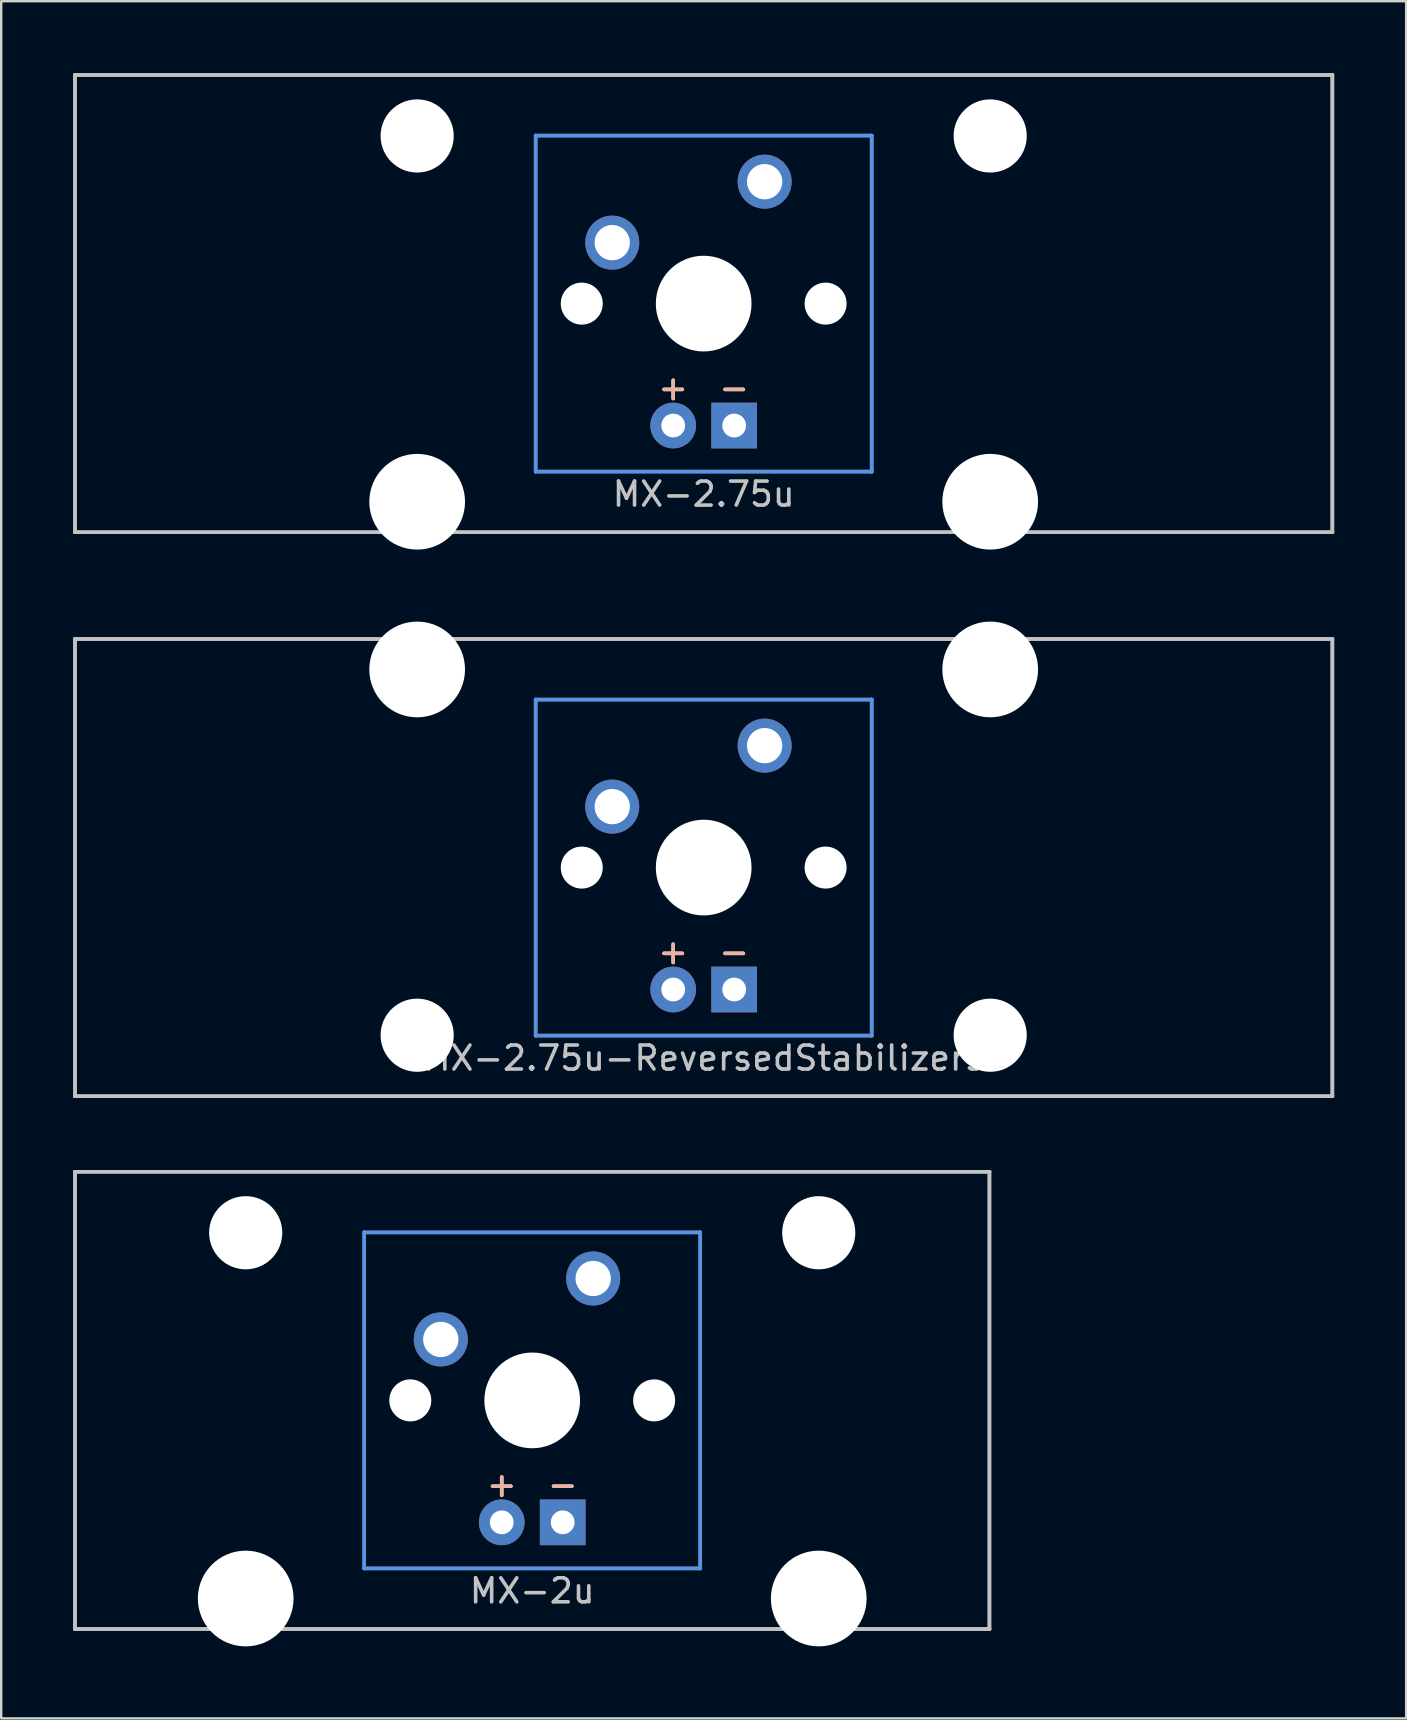
<source format=kicad_pcb>
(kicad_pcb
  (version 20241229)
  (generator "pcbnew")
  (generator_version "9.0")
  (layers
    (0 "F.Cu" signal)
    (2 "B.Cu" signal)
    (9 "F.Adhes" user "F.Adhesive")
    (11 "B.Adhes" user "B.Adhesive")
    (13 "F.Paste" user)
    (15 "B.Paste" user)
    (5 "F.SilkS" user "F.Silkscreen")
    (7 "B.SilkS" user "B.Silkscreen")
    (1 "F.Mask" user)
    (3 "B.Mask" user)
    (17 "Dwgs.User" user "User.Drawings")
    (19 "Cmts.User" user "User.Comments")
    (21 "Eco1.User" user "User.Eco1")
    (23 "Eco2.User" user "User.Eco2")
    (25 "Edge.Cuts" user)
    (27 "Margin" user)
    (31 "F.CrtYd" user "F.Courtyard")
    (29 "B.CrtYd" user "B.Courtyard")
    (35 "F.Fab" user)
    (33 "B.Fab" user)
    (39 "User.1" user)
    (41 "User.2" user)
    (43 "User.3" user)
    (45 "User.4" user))
  (footprint "MX-2.75u"
    (layer "F.Cu")
    (at 26.269 9.6)
    (property "Reference" "MX-2.75u" (at 0 7.938 0) (layer "Dwgs.User") (effects (font (size 1 1) (thickness 0.15))))
    (attr through_hole)
    (fp_line (start -26.194 -9.525) (end -26.194 -9.525) (stroke (width 0.15) (type solid)) (layer "Dwgs.User"))
    (fp_line (start -26.194 -9.525) (end -26.194 -9.525) (stroke (width 0.15) (type solid)) (layer "Dwgs.User"))
    (fp_line (start -26.194 -9.525) (end -26.194 9.525) (stroke (width 0.15) (type solid)) (layer "Dwgs.User"))
    (fp_line (start -26.194 -9.525) (end 26.194 -9.525) (stroke (width 0.15) (type solid)) (layer "Dwgs.User"))
    (fp_line (start -26.194 9.525) (end -26.194 -9.525) (stroke (width 0.15) (type solid)) (layer "Dwgs.User"))
    (fp_line (start -26.194 9.525) (end -26.194 9.525) (stroke (width 0.15) (type solid)) (layer "Dwgs.User"))
    (fp_line (start -26.194 9.525) (end -26.194 9.525) (stroke (width 0.15) (type solid)) (layer "Dwgs.User"))
    (fp_line (start -26.194 9.525) (end 26.194 9.525) (stroke (width 0.15) (type solid)) (layer "Dwgs.User"))
    (fp_line (start 26.194 -9.525) (end -26.194 -9.525) (stroke (width 0.15) (type solid)) (layer "Dwgs.User"))
    (fp_line (start 26.194 -9.525) (end 26.194 -9.525) (stroke (width 0.15) (type solid)) (layer "Dwgs.User"))
    (fp_line (start 26.194 -9.525) (end 26.194 -9.525) (stroke (width 0.15) (type solid)) (layer "Dwgs.User"))
    (fp_line (start 26.194 -9.525) (end 26.194 9.525) (stroke (width 0.15) (type solid)) (layer "Dwgs.User"))
    (fp_line (start 26.194 9.525) (end -26.194 9.525) (stroke (width 0.15) (type solid)) (layer "Dwgs.User"))
    (fp_line (start 26.194 9.525) (end 26.194 -9.525) (stroke (width 0.15) (type solid)) (layer "Dwgs.User"))
    (fp_line (start 26.194 9.525) (end 26.194 9.525) (stroke (width 0.15) (type solid)) (layer "Dwgs.User"))
    (fp_line (start 26.194 9.525) (end 26.194 9.525) (stroke (width 0.15) (type solid)) (layer "Dwgs.User"))
    (fp_line (start -7 -7) (end -7 -7) (stroke (width 0.15) (type solid)) (layer "Cmts.User"))
    (fp_line (start -7 -7) (end -7 -7) (stroke (width 0.15) (type solid)) (layer "Cmts.User"))
    (fp_line (start -7 -7) (end -7 7) (stroke (width 0.15) (type solid)) (layer "Cmts.User"))
    (fp_line (start -7 -7) (end 7 -7) (stroke (width 0.15) (type solid)) (layer "Cmts.User"))
    (fp_line (start -7 7) (end -7 -7) (stroke (width 0.15) (type solid)) (layer "Cmts.User"))
    (fp_line (start -7 7) (end -7 7) (stroke (width 0.15) (type solid)) (layer "Cmts.User"))
    (fp_line (start -7 7) (end -7 7) (stroke (width 0.15) (type solid)) (layer "Cmts.User"))
    (fp_line (start -7 7) (end 7 7) (stroke (width 0.15) (type solid)) (layer "Cmts.User"))
    (fp_line (start 7 -7) (end -7 -7) (stroke (width 0.15) (type solid)) (layer "Cmts.User"))
    (fp_line (start 7 -7) (end 7 -7) (stroke (width 0.15) (type solid)) (layer "Cmts.User"))
    (fp_line (start 7 -7) (end 7 -7) (stroke (width 0.15) (type solid)) (layer "Cmts.User"))
    (fp_line (start 7 -7) (end 7 7) (stroke (width 0.15) (type solid)) (layer "Cmts.User"))
    (fp_line (start 7 7) (end -7 7) (stroke (width 0.15) (type solid)) (layer "Cmts.User"))
    (fp_line (start 7 7) (end 7 -7) (stroke (width 0.15) (type solid)) (layer "Cmts.User"))
    (fp_line (start 7 7) (end 7 7) (stroke (width 0.15) (type solid)) (layer "Cmts.User"))
    (fp_line (start 7 7) (end 7 7) (stroke (width 0.15) (type solid)) (layer "Cmts.User"))
    (fp_text user "+" (at -1.27 3.5 0) (layer "F.SilkS") (effects (font (size 1 1) (thickness 0.15))))
    (fp_text user "-" (at 1.27 3.5 0) (layer "F.SilkS") (effects (font (size 1 1) (thickness 0.15))))
    (fp_text user "+" (at -1.27 3.5 0) (layer "B.SilkS") (effects (font (size 1 1) (thickness 0.15))))
    (fp_text user "-" (at 1.27 3.5 0) (layer "B.SilkS") (effects (font (size 1 1) (thickness 0.15))))
    (pad "" np_thru_hole circle (at -11.938 -6.985) (size 3.048 3.048) (drill 3.048) (layers "*.Cu" "*.Mask"))
    (pad "" np_thru_hole circle (at -11.938 8.255) (size 3.988 3.988) (drill 3.988) (layers "*.Cu" "*.Mask"))
    (pad "" np_thru_hole circle (at -5.08 0) (size 1.75 1.75) (drill 1.75) (layers "*.Cu" "*.Mask"))
    (pad "" np_thru_hole circle (at 0 0) (size 3.988 3.988) (drill 3.988) (layers "*.Cu" "*.Mask"))
    (pad "" np_thru_hole circle (at 5.08 0) (size 1.75 1.75) (drill 1.75) (layers "*.Cu" "*.Mask"))
    (pad "" np_thru_hole circle (at 11.938 -6.985) (size 3.048 3.048) (drill 3.048) (layers "*.Cu" "*.Mask"))
    (pad "" np_thru_hole circle (at 11.938 8.255) (size 3.988 3.988) (drill 3.988) (layers "*.Cu" "*.Mask"))
    (pad "1" thru_hole circle (at -3.81 -2.54) (size 2.25 2.25) (drill 1.47) (layers "*.Cu" "*.Mask"))
    (pad "2" thru_hole circle (at 2.54 -5.08) (size 2.25 2.25) (drill 1.47) (layers "*.Cu" "*.Mask"))
    (pad "3" thru_hole circle (at -1.27 5.08) (size 1.905 1.905) (drill 0.991) (layers "*.Cu" "*.Mask"))
    (pad "4" thru_hole rect (at 1.27 5.08) (size 1.905 1.905) (drill 0.991) (layers "*.Cu" "*.Mask")))
  (footprint "MX-2.75u-ReversedStabilizers"
    (layer "F.Cu")
    (at 26.269 33.098)
    (property "Reference" "MX-2.75u-ReversedStabilizers" (at 0 7.938 0) (layer "Dwgs.User") (effects (font (size 1 1) (thickness 0.15))))
    (attr through_hole)
    (fp_line (start -26.194 -9.525) (end -26.194 -9.525) (stroke (width 0.15) (type solid)) (layer "Dwgs.User"))
    (fp_line (start -26.194 -9.525) (end -26.194 -9.525) (stroke (width 0.15) (type solid)) (layer "Dwgs.User"))
    (fp_line (start -26.194 -9.525) (end -26.194 9.525) (stroke (width 0.15) (type solid)) (layer "Dwgs.User"))
    (fp_line (start -26.194 -9.525) (end 26.194 -9.525) (stroke (width 0.15) (type solid)) (layer "Dwgs.User"))
    (fp_line (start -26.194 9.525) (end -26.194 -9.525) (stroke (width 0.15) (type solid)) (layer "Dwgs.User"))
    (fp_line (start -26.194 9.525) (end -26.194 9.525) (stroke (width 0.15) (type solid)) (layer "Dwgs.User"))
    (fp_line (start -26.194 9.525) (end -26.194 9.525) (stroke (width 0.15) (type solid)) (layer "Dwgs.User"))
    (fp_line (start -26.194 9.525) (end 26.194 9.525) (stroke (width 0.15) (type solid)) (layer "Dwgs.User"))
    (fp_line (start 26.194 -9.525) (end -26.194 -9.525) (stroke (width 0.15) (type solid)) (layer "Dwgs.User"))
    (fp_line (start 26.194 -9.525) (end 26.194 -9.525) (stroke (width 0.15) (type solid)) (layer "Dwgs.User"))
    (fp_line (start 26.194 -9.525) (end 26.194 -9.525) (stroke (width 0.15) (type solid)) (layer "Dwgs.User"))
    (fp_line (start 26.194 -9.525) (end 26.194 9.525) (stroke (width 0.15) (type solid)) (layer "Dwgs.User"))
    (fp_line (start 26.194 9.525) (end -26.194 9.525) (stroke (width 0.15) (type solid)) (layer "Dwgs.User"))
    (fp_line (start 26.194 9.525) (end 26.194 -9.525) (stroke (width 0.15) (type solid)) (layer "Dwgs.User"))
    (fp_line (start 26.194 9.525) (end 26.194 9.525) (stroke (width 0.15) (type solid)) (layer "Dwgs.User"))
    (fp_line (start 26.194 9.525) (end 26.194 9.525) (stroke (width 0.15) (type solid)) (layer "Dwgs.User"))
    (fp_line (start -7 -7) (end -7 -7) (stroke (width 0.15) (type solid)) (layer "Cmts.User"))
    (fp_line (start -7 -7) (end -7 -7) (stroke (width 0.15) (type solid)) (layer "Cmts.User"))
    (fp_line (start -7 -7) (end -7 7) (stroke (width 0.15) (type solid)) (layer "Cmts.User"))
    (fp_line (start -7 -7) (end 7 -7) (stroke (width 0.15) (type solid)) (layer "Cmts.User"))
    (fp_line (start -7 7) (end -7 -7) (stroke (width 0.15) (type solid)) (layer "Cmts.User"))
    (fp_line (start -7 7) (end -7 7) (stroke (width 0.15) (type solid)) (layer "Cmts.User"))
    (fp_line (start -7 7) (end -7 7) (stroke (width 0.15) (type solid)) (layer "Cmts.User"))
    (fp_line (start -7 7) (end 7 7) (stroke (width 0.15) (type solid)) (layer "Cmts.User"))
    (fp_line (start 7 -7) (end -7 -7) (stroke (width 0.15) (type solid)) (layer "Cmts.User"))
    (fp_line (start 7 -7) (end 7 -7) (stroke (width 0.15) (type solid)) (layer "Cmts.User"))
    (fp_line (start 7 -7) (end 7 -7) (stroke (width 0.15) (type solid)) (layer "Cmts.User"))
    (fp_line (start 7 -7) (end 7 7) (stroke (width 0.15) (type solid)) (layer "Cmts.User"))
    (fp_line (start 7 7) (end -7 7) (stroke (width 0.15) (type solid)) (layer "Cmts.User"))
    (fp_line (start 7 7) (end 7 -7) (stroke (width 0.15) (type solid)) (layer "Cmts.User"))
    (fp_line (start 7 7) (end 7 7) (stroke (width 0.15) (type solid)) (layer "Cmts.User"))
    (fp_line (start 7 7) (end 7 7) (stroke (width 0.15) (type solid)) (layer "Cmts.User"))
    (fp_text user "+" (at -1.27 3.5 0) (layer "F.SilkS") (effects (font (size 1 1) (thickness 0.15))))
    (fp_text user "-" (at 1.27 3.5 0) (layer "F.SilkS") (effects (font (size 1 1) (thickness 0.15))))
    (fp_text user "+" (at -1.27 3.5 0) (layer "B.SilkS") (effects (font (size 1 1) (thickness 0.15))))
    (fp_text user "-" (at 1.27 3.5 0) (layer "B.SilkS") (effects (font (size 1 1) (thickness 0.15))))
    (pad "" np_thru_hole circle (at -11.938 -8.255) (size 3.988 3.988) (drill 3.988) (layers "*.Cu" "*.Mask"))
    (pad "" np_thru_hole circle (at -11.938 6.985) (size 3.048 3.048) (drill 3.048) (layers "*.Cu" "*.Mask"))
    (pad "" np_thru_hole circle (at -5.08 0) (size 1.75 1.75) (drill 1.75) (layers "*.Cu" "*.Mask"))
    (pad "" np_thru_hole circle (at 0 0) (size 3.988 3.988) (drill 3.988) (layers "*.Cu" "*.Mask"))
    (pad "" np_thru_hole circle (at 5.08 0) (size 1.75 1.75) (drill 1.75) (layers "*.Cu" "*.Mask"))
    (pad "" np_thru_hole circle (at 11.938 -8.255) (size 3.988 3.988) (drill 3.988) (layers "*.Cu" "*.Mask"))
    (pad "" np_thru_hole circle (at 11.938 6.985) (size 3.048 3.048) (drill 3.048) (layers "*.Cu" "*.Mask"))
    (pad "1" thru_hole circle (at -3.81 -2.54) (size 2.25 2.25) (drill 1.47) (layers "*.Cu" "*.Mask"))
    (pad "2" thru_hole circle (at 2.54 -5.08) (size 2.25 2.25) (drill 1.47) (layers "*.Cu" "*.Mask"))
    (pad "3" thru_hole circle (at -1.27 5.08) (size 1.905 1.905) (drill 0.991) (layers "*.Cu" "*.Mask"))
    (pad "4" thru_hole rect (at 1.27 5.08) (size 1.905 1.905) (drill 0.991) (layers "*.Cu" "*.Mask")))
  (footprint "MX-2u"
    (layer "F.Cu")
    (at 19.125 55.298)
    (property "Reference" "MX-2u" (at 0 7.938 0) (layer "Dwgs.User") (effects (font (size 1 1) (thickness 0.15))))
    (attr through_hole)
    (fp_line (start -19.05 -9.525) (end -19.05 -9.525) (stroke (width 0.15) (type solid)) (layer "Dwgs.User"))
    (fp_line (start -19.05 -9.525) (end -19.05 -9.525) (stroke (width 0.15) (type solid)) (layer "Dwgs.User"))
    (fp_line (start -19.05 -9.525) (end -19.05 9.525) (stroke (width 0.15) (type solid)) (layer "Dwgs.User"))
    (fp_line (start -19.05 -9.525) (end 19.05 -9.525) (stroke (width 0.15) (type solid)) (layer "Dwgs.User"))
    (fp_line (start -19.05 9.525) (end -19.05 -9.525) (stroke (width 0.15) (type solid)) (layer "Dwgs.User"))
    (fp_line (start -19.05 9.525) (end -19.05 9.525) (stroke (width 0.15) (type solid)) (layer "Dwgs.User"))
    (fp_line (start -19.05 9.525) (end -19.05 9.525) (stroke (width 0.15) (type solid)) (layer "Dwgs.User"))
    (fp_line (start -19.05 9.525) (end 19.05 9.525) (stroke (width 0.15) (type solid)) (layer "Dwgs.User"))
    (fp_line (start 19.05 -9.525) (end -19.05 -9.525) (stroke (width 0.15) (type solid)) (layer "Dwgs.User"))
    (fp_line (start 19.05 -9.525) (end 19.05 -9.525) (stroke (width 0.15) (type solid)) (layer "Dwgs.User"))
    (fp_line (start 19.05 -9.525) (end 19.05 -9.525) (stroke (width 0.15) (type solid)) (layer "Dwgs.User"))
    (fp_line (start 19.05 -9.525) (end 19.05 9.525) (stroke (width 0.15) (type solid)) (layer "Dwgs.User"))
    (fp_line (start 19.05 9.525) (end -19.05 9.525) (stroke (width 0.15) (type solid)) (layer "Dwgs.User"))
    (fp_line (start 19.05 9.525) (end 19.05 -9.525) (stroke (width 0.15) (type solid)) (layer "Dwgs.User"))
    (fp_line (start 19.05 9.525) (end 19.05 9.525) (stroke (width 0.15) (type solid)) (layer "Dwgs.User"))
    (fp_line (start 19.05 9.525) (end 19.05 9.525) (stroke (width 0.15) (type solid)) (layer "Dwgs.User"))
    (fp_line (start -7 -7) (end -7 -7) (stroke (width 0.15) (type solid)) (layer "Cmts.User"))
    (fp_line (start -7 -7) (end -7 -7) (stroke (width 0.15) (type solid)) (layer "Cmts.User"))
    (fp_line (start -7 -7) (end -7 7) (stroke (width 0.15) (type solid)) (layer "Cmts.User"))
    (fp_line (start -7 -7) (end 7 -7) (stroke (width 0.15) (type solid)) (layer "Cmts.User"))
    (fp_line (start -7 7) (end -7 -7) (stroke (width 0.15) (type solid)) (layer "Cmts.User"))
    (fp_line (start -7 7) (end -7 7) (stroke (width 0.15) (type solid)) (layer "Cmts.User"))
    (fp_line (start -7 7) (end -7 7) (stroke (width 0.15) (type solid)) (layer "Cmts.User"))
    (fp_line (start -7 7) (end 7 7) (stroke (width 0.15) (type solid)) (layer "Cmts.User"))
    (fp_line (start 7 -7) (end -7 -7) (stroke (width 0.15) (type solid)) (layer "Cmts.User"))
    (fp_line (start 7 -7) (end 7 -7) (stroke (width 0.15) (type solid)) (layer "Cmts.User"))
    (fp_line (start 7 -7) (end 7 -7) (stroke (width 0.15) (type solid)) (layer "Cmts.User"))
    (fp_line (start 7 -7) (end 7 7) (stroke (width 0.15) (type solid)) (layer "Cmts.User"))
    (fp_line (start 7 7) (end -7 7) (stroke (width 0.15) (type solid)) (layer "Cmts.User"))
    (fp_line (start 7 7) (end 7 -7) (stroke (width 0.15) (type solid)) (layer "Cmts.User"))
    (fp_line (start 7 7) (end 7 7) (stroke (width 0.15) (type solid)) (layer "Cmts.User"))
    (fp_line (start 7 7) (end 7 7) (stroke (width 0.15) (type solid)) (layer "Cmts.User"))
    (fp_text user "+" (at -1.27 3.5 0) (layer "F.SilkS") (effects (font (size 1 1) (thickness 0.15))))
    (fp_text user "-" (at 1.27 3.5 0) (layer "F.SilkS") (effects (font (size 1 1) (thickness 0.15))))
    (fp_text user "+" (at -1.27 3.5 0) (layer "B.SilkS") (effects (font (size 1 1) (thickness 0.15))))
    (fp_text user "-" (at 1.27 3.5 0) (layer "B.SilkS") (effects (font (size 1 1) (thickness 0.15))))
    (pad "" np_thru_hole circle (at -11.938 -6.985) (size 3.048 3.048) (drill 3.048) (layers "*.Cu" "*.Mask"))
    (pad "" np_thru_hole circle (at -11.938 8.255) (size 3.988 3.988) (drill 3.988) (layers "*.Cu" "*.Mask"))
    (pad "" np_thru_hole circle (at -5.08 0) (size 1.75 1.75) (drill 1.75) (layers "*.Cu" "*.Mask"))
    (pad "" np_thru_hole circle (at 0 0) (size 3.988 3.988) (drill 3.988) (layers "*.Cu" "*.Mask"))
    (pad "" np_thru_hole circle (at 5.08 0) (size 1.75 1.75) (drill 1.75) (layers "*.Cu" "*.Mask"))
    (pad "" np_thru_hole circle (at 11.938 -6.985) (size 3.048 3.048) (drill 3.048) (layers "*.Cu" "*.Mask"))
    (pad "" np_thru_hole circle (at 11.938 8.255) (size 3.988 3.988) (drill 3.988) (layers "*.Cu" "*.Mask"))
    (pad "1" thru_hole circle (at -3.81 -2.54) (size 2.25 2.25) (drill 1.47) (layers "*.Cu" "*.Mask"))
    (pad "2" thru_hole circle (at 2.54 -5.08) (size 2.25 2.25) (drill 1.47) (layers "*.Cu" "*.Mask"))
    (pad "3" thru_hole circle (at -1.27 5.08) (size 1.905 1.905) (drill 0.991) (layers "*.Cu" "*.Mask"))
    (pad "4" thru_hole rect (at 1.27 5.08) (size 1.905 1.905) (drill 0.991) (layers "*.Cu" "*.Mask")))
  (gr_rect
    (start -3 -3)
    (end 55.538 68.547)
    (stroke (width 0.1) (type default))
    (fill no)
    (layer "Edge.Cuts")))
</source>
